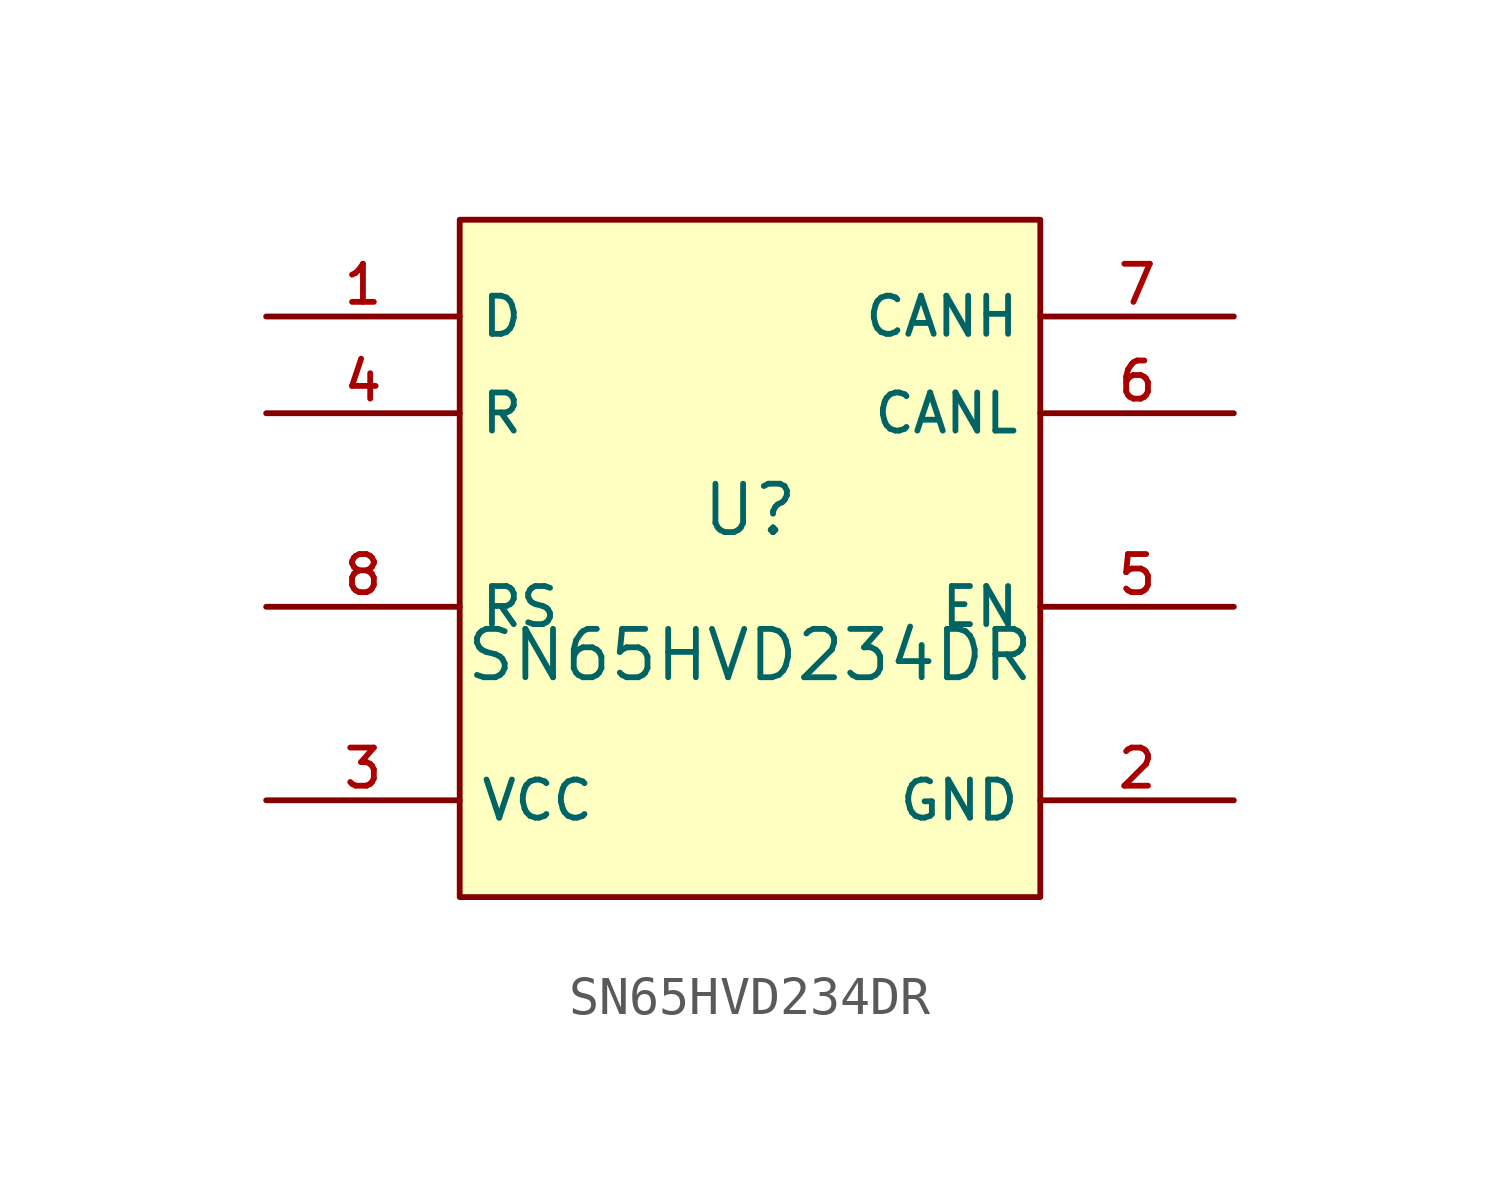
<source format=kicad_sym>
(kicad_symbol_lib
  (version 20210201)
  (generator TousstNicolas/JLC2KiCad_lib)
  (symbol "SN65HVD234DR"
    (property "Reference" "U"
      (at 0 1.27 0)
      (effects (font (size 1.27 1.27))))
    (property "Value" "SN65HVD234DR"
      (at 0 -2.54 0)
      (effects (font (size 1.27 1.27))))
    (symbol "SN65HVD234DR_0_1"
      (rectangle (start -7.62 8.89) (end 7.62 -8.89) (stroke (width 0) (type default) (color 0 0 0 0)) (fill (type background)))
      (pin unspecified line (at -12.7 6.35 0) (length 5.08) (name "D" (effects (font (size 1 1)))) (number "1" (effects (font (size 1 1)))))
      (pin power_in line (at 12.7 -6.35 180) (length 5.08) (name "GND" (effects (font (size 1 1)))) (number "2" (effects (font (size 1 1)))))
      (pin power_in line (at -12.7 -6.35 0) (length 5.08) (name "VCC" (effects (font (size 1 1)))) (number "3" (effects (font (size 1 1)))))
      (pin output line (at -12.7 3.81 0) (length 5.08) (name "R" (effects (font (size 1 1)))) (number "4" (effects (font (size 1 1)))))
      (pin unspecified line (at 12.7 -1.27 180) (length 5.08) (name "EN" (effects (font (size 1 1)))) (number "5" (effects (font (size 1 1)))))
      (pin bidirectional line (at 12.7 3.81 180) (length 5.08) (name "CANL" (effects (font (size 1 1)))) (number "6" (effects (font (size 1 1)))))
      (pin bidirectional line (at 12.7 6.35 180) (length 5.08) (name "CANH" (effects (font (size 1 1)))) (number "7" (effects (font (size 1 1)))))
      (pin unspecified line (at -12.7 -1.27 0) (length 5.08) (name "RS" (effects (font (size 1 1)))) (number "8" (effects (font (size 1 1))))))))
</source>
